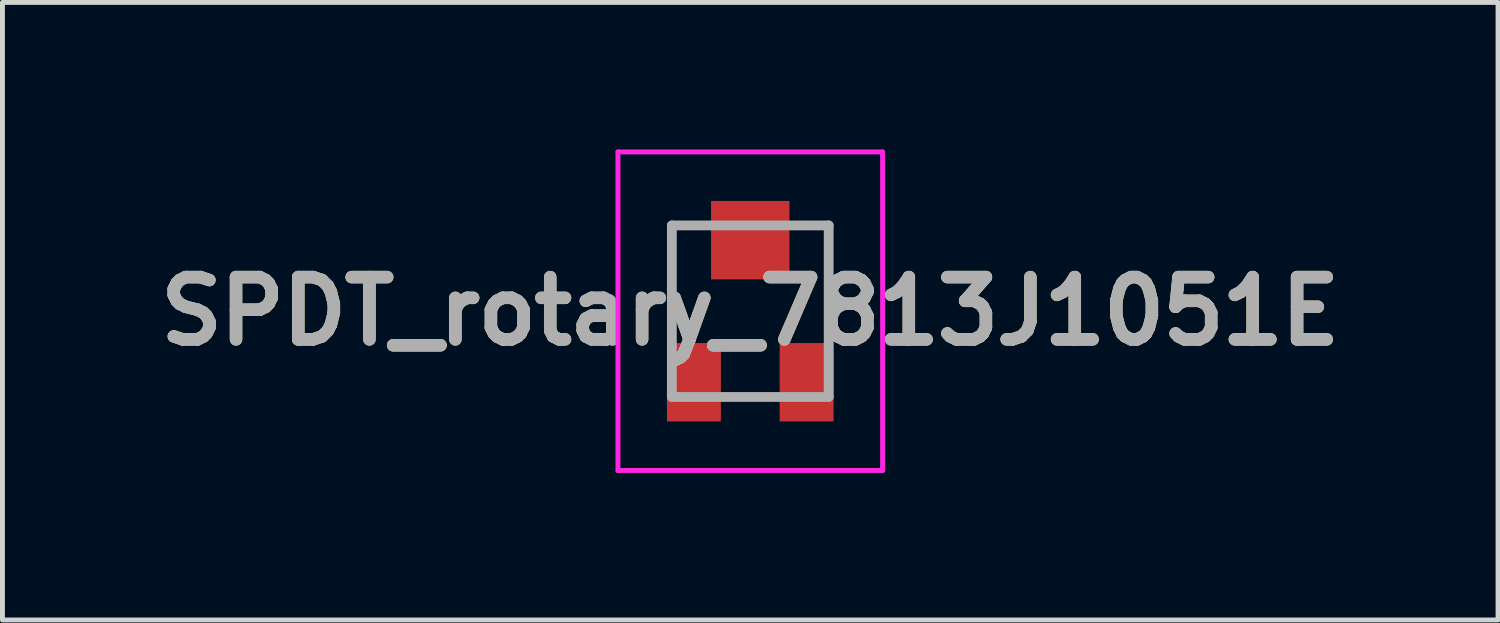
<source format=kicad_pcb>
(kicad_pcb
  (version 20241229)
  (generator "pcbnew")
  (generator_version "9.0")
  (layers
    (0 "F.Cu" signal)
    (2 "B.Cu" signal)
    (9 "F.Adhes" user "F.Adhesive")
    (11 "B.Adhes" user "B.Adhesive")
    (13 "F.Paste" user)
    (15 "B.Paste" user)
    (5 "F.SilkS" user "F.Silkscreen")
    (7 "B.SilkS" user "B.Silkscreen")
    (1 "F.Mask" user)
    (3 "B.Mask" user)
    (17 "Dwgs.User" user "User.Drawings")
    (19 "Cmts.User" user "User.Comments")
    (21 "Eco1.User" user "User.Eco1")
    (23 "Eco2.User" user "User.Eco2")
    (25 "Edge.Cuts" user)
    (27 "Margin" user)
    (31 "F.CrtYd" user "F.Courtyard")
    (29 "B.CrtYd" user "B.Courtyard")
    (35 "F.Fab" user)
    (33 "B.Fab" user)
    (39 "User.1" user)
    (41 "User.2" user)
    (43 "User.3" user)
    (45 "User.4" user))
  (footprint "SPDT_rotary_7813J1051E"
    (layer "F.Cu")
    (at 12.259 3.3)
    (property "Reference" "SPDT_rotary_7813J1051E" (at 0 0 0) (layer "F.SilkS") (effects (font (size 1.27 1.27) (thickness 0.254))))
    (attr smd)
    (fp_line (start -1.6 0.5) (end -1.6 -1.5) (stroke (width 0.1) (type solid)) (layer "F.SilkS"))
    (fp_line (start 1.6 0.5) (end 1.6 -1.5) (stroke (width 0.1) (type solid)) (layer "F.SilkS"))
    (fp_line (start -2.7 -3.25) (end 2.7 -3.25) (stroke (width 0.1) (type solid)) (layer "F.CrtYd"))
    (fp_line (start -2.7 3.25) (end -2.7 -3.25) (stroke (width 0.1) (type solid)) (layer "F.CrtYd"))
    (fp_line (start 2.7 -3.25) (end 2.7 3.25) (stroke (width 0.1) (type solid)) (layer "F.CrtYd"))
    (fp_line (start 2.7 3.25) (end -2.7 3.25) (stroke (width 0.1) (type solid)) (layer "F.CrtYd"))
    (fp_line (start -1.6 -1.75) (end 1.6 -1.75) (stroke (width 0.2) (type solid)) (layer "F.Fab"))
    (fp_line (start -1.6 1.75) (end -1.6 -1.75) (stroke (width 0.2) (type solid)) (layer "F.Fab"))
    (fp_line (start 1.6 -1.75) (end 1.6 1.75) (stroke (width 0.2) (type solid)) (layer "F.Fab"))
    (fp_line (start 1.6 1.75) (end -1.6 1.75) (stroke (width 0.2) (type solid)) (layer "F.Fab"))
    (fp_text user "${REFERENCE}" (at 0 0 0) (layer "F.Fab") (effects (font (size 1.27 1.27) (thickness 0.254))))
    (pad "1" smd rect (at 1.15 1.45) (size 1.1 1.6) (layers "F.Cu" "F.Mask" "F.Paste"))
    (pad "2" smd rect (at 0 -1.45 90) (size 1.6 1.6) (layers "F.Cu" "F.Mask" "F.Paste"))
    (pad "3" smd rect (at -1.15 1.45) (size 1.1 1.6) (layers "F.Cu" "F.Mask" "F.Paste")))
  (gr_rect
    (start -3 -3)
    (end 27.517 9.6)
    (stroke (width 0.1) (type default))
    (fill no)
    (layer "Edge.Cuts")))
</source>
